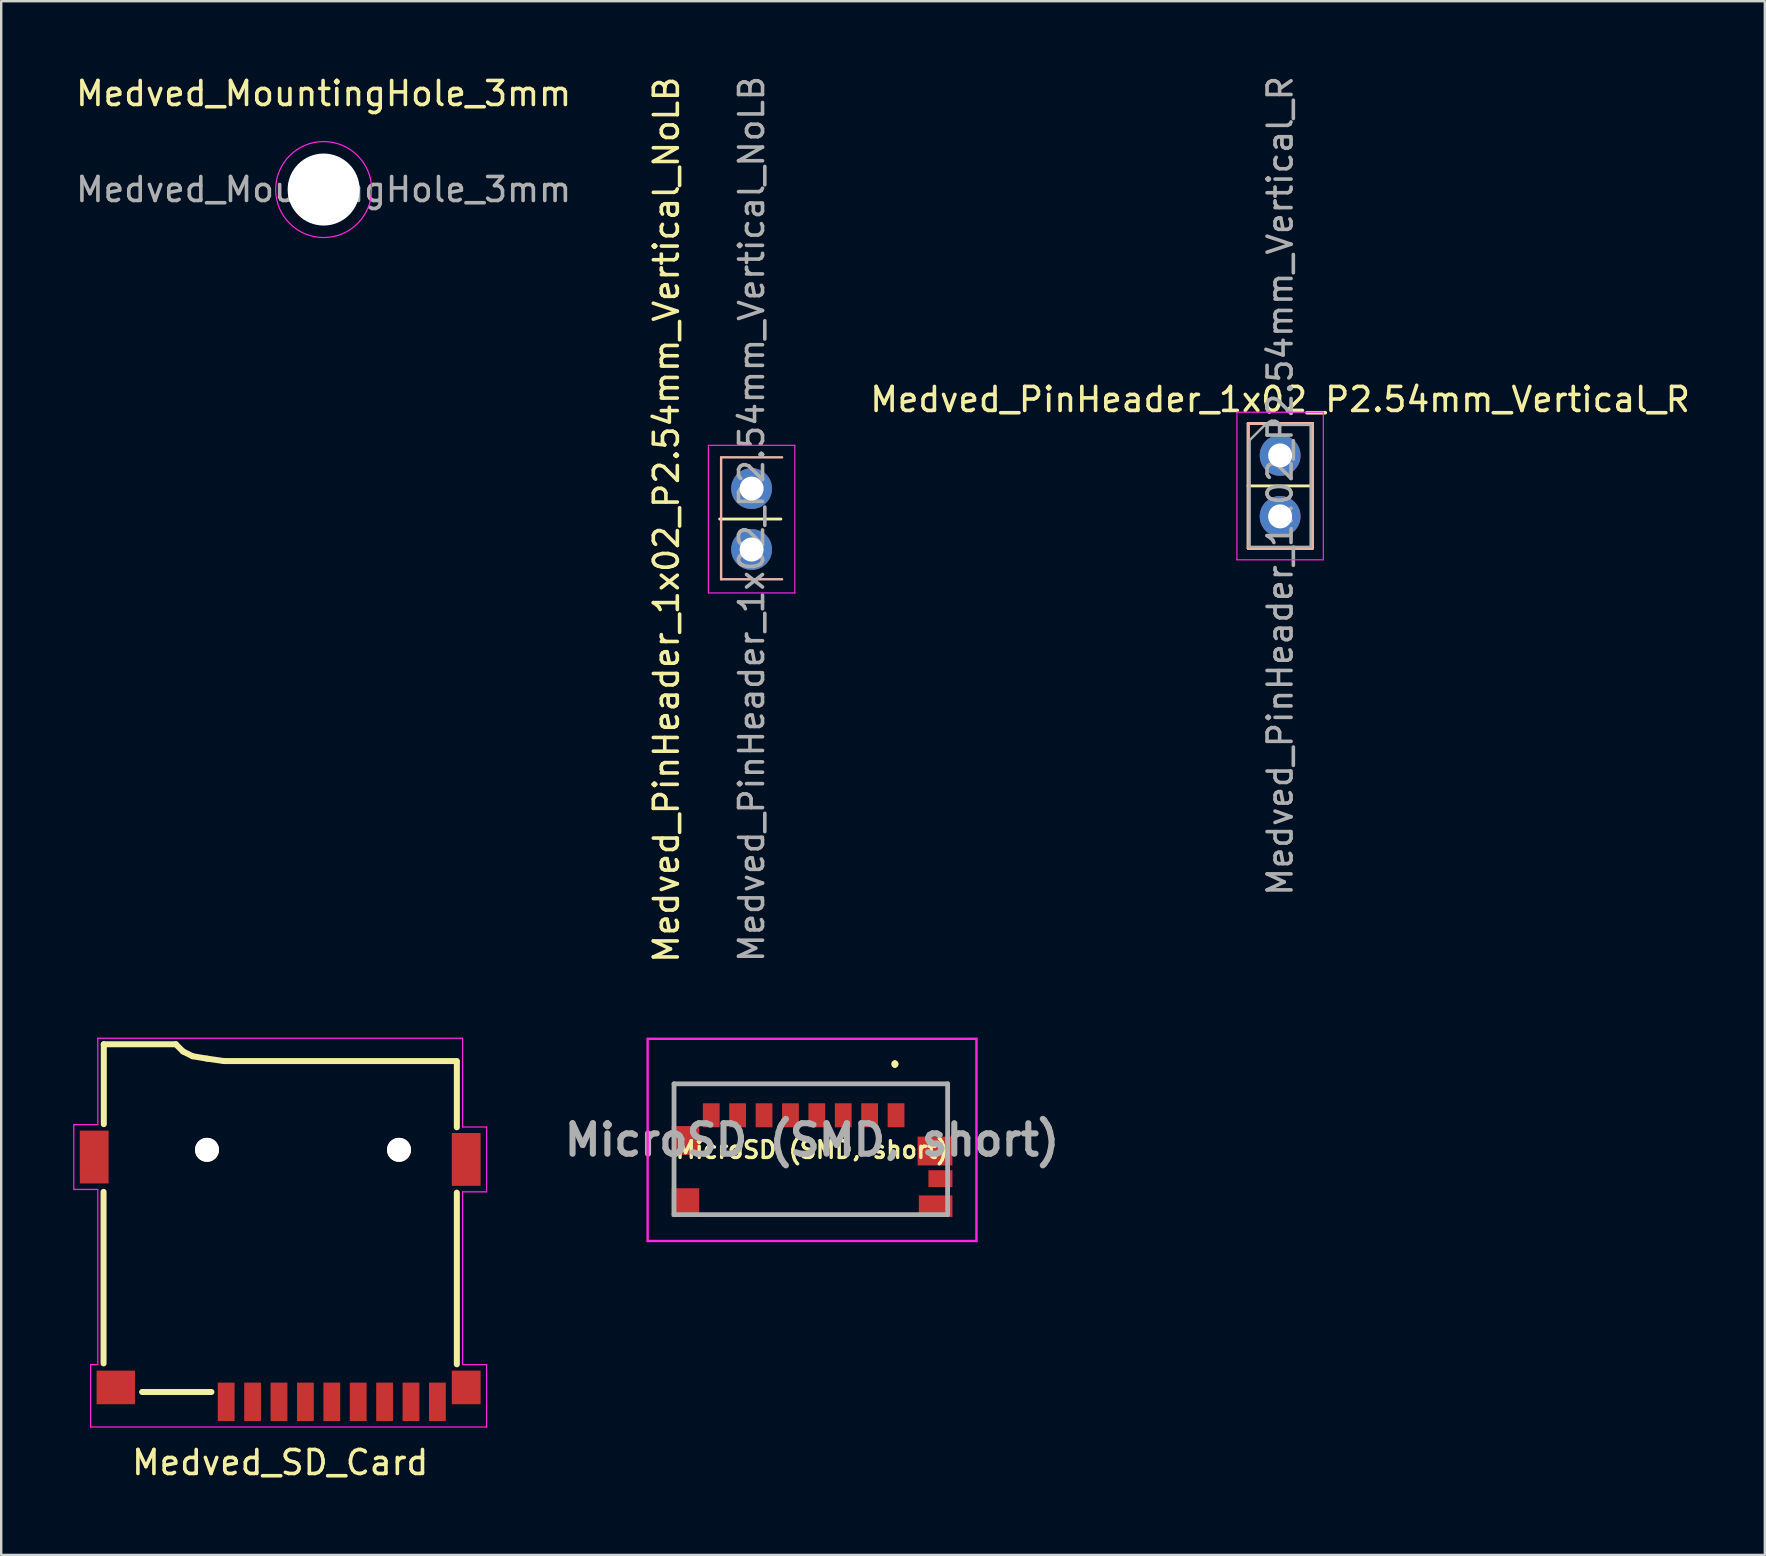
<source format=kicad_pcb>
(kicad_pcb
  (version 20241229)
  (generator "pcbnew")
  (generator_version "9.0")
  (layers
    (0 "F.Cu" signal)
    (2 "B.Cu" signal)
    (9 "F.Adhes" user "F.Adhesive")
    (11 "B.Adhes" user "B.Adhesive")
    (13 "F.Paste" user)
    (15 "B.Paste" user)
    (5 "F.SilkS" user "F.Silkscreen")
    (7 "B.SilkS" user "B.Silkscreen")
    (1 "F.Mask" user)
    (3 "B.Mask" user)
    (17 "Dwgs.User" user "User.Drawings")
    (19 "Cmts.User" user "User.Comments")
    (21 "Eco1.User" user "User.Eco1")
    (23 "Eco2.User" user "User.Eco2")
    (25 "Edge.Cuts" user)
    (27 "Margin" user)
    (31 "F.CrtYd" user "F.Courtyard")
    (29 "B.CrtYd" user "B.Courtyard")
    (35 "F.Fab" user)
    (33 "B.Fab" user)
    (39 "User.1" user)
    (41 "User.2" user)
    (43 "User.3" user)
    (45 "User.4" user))
  (footprint "MicroSD (SMD, short)"
    (layer "F.Cu")
    (at 30.735 44.86)
    (property "Reference" "MicroSD (SMD, short)" (at 0.05 0 0) (layer "F.SilkS") (effects (font (size 0.7 0.7) (thickness 0.14) (bold yes))))
    (attr smd)
    (fp_line (start -5.7 -2.75) (end 5.7 -2.75) (stroke (width 0.1) (type solid)) (layer "F.SilkS"))
    (fp_line (start -5.7 -1.225) (end -5.7 -2.75) (stroke (width 0.1) (type solid)) (layer "F.SilkS"))
    (fp_line (start -4.4 2.7) (end 4.2 2.7) (stroke (width 0.1) (type solid)) (layer "F.SilkS"))
    (fp_line (start 3.5 -3.625) (end 3.5 -3.625) (stroke (width 0.2) (type solid)) (layer "F.SilkS"))
    (fp_line (start 3.5 -3.525) (end 3.5 -3.525) (stroke (width 0.2) (type solid)) (layer "F.SilkS"))
    (fp_line (start 3.5 -3.525) (end 3.5 -3.525) (stroke (width 0.2) (type solid)) (layer "F.SilkS"))
    (fp_line (start 5.7 -2.75) (end 5.7 -0.825) (stroke (width 0.1) (type solid)) (layer "F.SilkS"))
    (fp_arc (start 3.5 -3.625) (mid 3.55 -3.575) (end 3.5 -3.525) (stroke (width 0.2) (type solid)) (layer "F.SilkS"))
    (fp_arc (start 3.5 -3.625) (mid 3.55 -3.575) (end 3.5 -3.525) (stroke (width 0.2) (type solid)) (layer "F.SilkS"))
    (fp_arc (start 3.5 -3.525) (mid 3.45 -3.575) (end 3.5 -3.625) (stroke (width 0.2) (type solid)) (layer "F.SilkS"))
    (fp_line (start -6.8 -4.625) (end 6.9 -4.625) (stroke (width 0.1) (type solid)) (layer "F.CrtYd"))
    (fp_line (start -6.8 3.8) (end -6.8 -4.625) (stroke (width 0.1) (type solid)) (layer "F.CrtYd"))
    (fp_line (start 6.9 -4.625) (end 6.9 3.8) (stroke (width 0.1) (type solid)) (layer "F.CrtYd"))
    (fp_line (start 6.9 3.8) (end -6.8 3.8) (stroke (width 0.1) (type solid)) (layer "F.CrtYd"))
    (fp_line (start -5.7 -2.75) (end 5.7 -2.75) (stroke (width 0.2) (type solid)) (layer "F.Fab"))
    (fp_line (start -5.7 2.7) (end -5.7 -2.75) (stroke (width 0.2) (type solid)) (layer "F.Fab"))
    (fp_line (start 5.7 -2.75) (end 5.7 2.7) (stroke (width 0.2) (type solid)) (layer "F.Fab"))
    (fp_line (start 5.7 2.7) (end -5.7 2.7) (stroke (width 0.2) (type solid)) (layer "F.Fab"))
    (fp_text user "${REFERENCE}" (at 0.05 -0.413 0) (layer "F.Fab") (effects (font (size 1.27 1.27) (thickness 0.254))))
    (pad "G1" smd rect (at -5.225 -0.39) (size 1.15 1.2) (layers "F.Cu" "F.Mask" "F.Paste"))
    (pad "G2" smd rect (at -5.225 2.2) (size 1.15 1.2) (layers "F.Cu" "F.Mask" "F.Paste"))
    (pad "G3" smd rect (at 5.175 0.05 90) (size 1.2 1.45) (layers "F.Cu" "F.Mask" "F.Paste"))
    (pad "G4" smd rect (at 5.4 1.2 90) (size 0.7 1) (layers "F.Cu" "F.Mask" "F.Paste"))
    (pad "G5" smd rect (at 5.2 2.35 90) (size 0.9 1.4) (layers "F.Cu" "F.Mask" "F.Paste"))
    (pad "P1" smd rect (at 3.55 -1.44) (size 0.7 1) (layers "F.Cu" "F.Mask" "F.Paste"))
    (pad "P2" smd rect (at 2.45 -1.44) (size 0.7 1) (layers "F.Cu" "F.Mask" "F.Paste"))
    (pad "P3" smd rect (at 1.35 -1.44) (size 0.7 1) (layers "F.Cu" "F.Mask" "F.Paste"))
    (pad "P4" smd rect (at 0.25 -1.44) (size 0.7 1) (layers "F.Cu" "F.Mask" "F.Paste"))
    (pad "P5" smd rect (at -0.85 -1.44) (size 0.7 1) (layers "F.Cu" "F.Mask" "F.Paste"))
    (pad "P6" smd rect (at -1.95 -1.44) (size 0.7 1) (layers "F.Cu" "F.Mask" "F.Paste"))
    (pad "P7" smd rect (at -3.05 -1.44) (size 0.7 1) (layers "F.Cu" "F.Mask" "F.Paste"))
    (pad "P8" smd rect (at -4.15 -1.44) (size 0.7 1) (layers "F.Cu" "F.Mask" "F.Paste")))
  (footprint "Medved_MountingHole_3mm"
    (layer "F.Cu")
    (at 10.435 4.848)
    (property "Reference" "Medved_MountingHole_3mm" (at 0 -4 0) (layer "F.SilkS") (effects (font (size 1 1) (thickness 0.15))))
    (attr exclude_from_pos_files exclude_from_bom)
    (fp_circle (center 0 0) (end 2 0) (stroke (width 0.05) (type solid)) (fill no) (layer "F.CrtYd"))
    (fp_text user "${REFERENCE}" (at 0 0 0) (layer "F.Fab") (effects (font (size 1 1) (thickness 0.15))))
    (pad "" np_thru_hole circle (at 0 0) (size 3 3) (drill 3) (layers "*.Cu" "*.Mask")))
  (footprint "Medved_PinHeader_1x02_P2.54mm_Vertical_R"
    (layer "F.Cu")
    (at 50.289 15.926)
    (property "Reference" "Medved_PinHeader_1x02_P2.54mm_Vertical_R" (at 0 -2.33 0) (layer "F.SilkS") (effects (font (size 1 1) (thickness 0.15))))
    (attr through_hole)
    (fp_line (start -1.33 -1.33) (end 1.35 -1.33) (stroke (width 0.12) (type solid)) (layer "F.SilkS"))
    (fp_line (start -1.33 1.27) (end -1.33 -1.33) (stroke (width 0.12) (type solid)) (layer "F.SilkS"))
    (fp_line (start -1.33 1.27) (end -1.33 3.87) (stroke (width 0.12) (type solid)) (layer "F.SilkS"))
    (fp_line (start -1.33 1.27) (end 1.33 1.27) (stroke (width 0.12) (type solid)) (layer "F.SilkS"))
    (fp_line (start -1.33 3.87) (end 1.33 3.87) (stroke (width 0.12) (type solid)) (layer "F.SilkS"))
    (fp_line (start 1.35 -1.33) (end 1.35 3.871) (stroke (width 0.12) (type solid)) (layer "F.SilkS"))
    (fp_line (start -1.33 -1.33) (end 1.35 -1.33) (stroke (width 0.12) (type solid)) (layer "B.SilkS"))
    (fp_line (start -1.33 1.27) (end -1.33 -1.33) (stroke (width 0.12) (type solid)) (layer "B.SilkS"))
    (fp_line (start -1.33 1.27) (end -1.33 3.87) (stroke (width 0.12) (type solid)) (layer "B.SilkS"))
    (fp_line (start -1.33 3.87) (end 1.33 3.87) (stroke (width 0.12) (type solid)) (layer "B.SilkS"))
    (fp_line (start 1.35 -1.33) (end 1.35 3.871) (stroke (width 0.12) (type solid)) (layer "B.SilkS"))
    (fp_line (start -1.8 -1.8) (end -1.8 4.35) (stroke (width 0.05) (type solid)) (layer "F.CrtYd"))
    (fp_line (start -1.8 4.35) (end 1.8 4.35) (stroke (width 0.05) (type solid)) (layer "F.CrtYd"))
    (fp_line (start 1.8 -1.8) (end -1.8 -1.8) (stroke (width 0.05) (type solid)) (layer "F.CrtYd"))
    (fp_line (start 1.8 4.35) (end 1.8 -1.8) (stroke (width 0.05) (type solid)) (layer "F.CrtYd"))
    (fp_line (start -1.27 -0.635) (end -0.635 -1.27) (stroke (width 0.1) (type solid)) (layer "F.Fab"))
    (fp_line (start -1.27 3.81) (end -1.27 -0.635) (stroke (width 0.1) (type solid)) (layer "F.Fab"))
    (fp_line (start -0.635 -1.27) (end 1.27 -1.27) (stroke (width 0.1) (type solid)) (layer "F.Fab"))
    (fp_line (start 1.27 -1.27) (end 1.27 3.81) (stroke (width 0.1) (type solid)) (layer "F.Fab"))
    (fp_line (start 1.27 3.81) (end -1.27 3.81) (stroke (width 0.1) (type solid)) (layer "F.Fab"))
    (fp_text user "${REFERENCE}" (at 0 1.27 90) (layer "F.Fab") (effects (font (size 1 1) (thickness 0.15))))
    (pad "1" thru_hole oval (at 0 0) (size 1.7 1.7) (drill 1) (layers "*.Cu" "*.Mask"))
    (pad "2" thru_hole oval (at 0 2.54) (size 1.7 1.7) (drill 1) (layers "*.Cu" "*.Mask")))
  (footprint "Medved_SD_Card"
    (layer "F.Cu")
    (at 8.625 56.16)
    (property "Reference" "Medved_SD_Card" (at 0 1.73 0) (layer "F.SilkS") (effects (font (size 1 1) (thickness 0.15))))
    (attr through_hole)
    (fp_line (start -7.36 -9.55) (end -7.36 -2.4) (stroke (width 0.25) (type solid)) (layer "F.SilkS"))
    (fp_line (start -7.35 -15.7) (end -7.35 -12.37) (stroke (width 0.25) (type solid)) (layer "F.SilkS"))
    (fp_line (start -4.35 -15.7) (end -7.35 -15.7) (stroke (width 0.25) (type solid)) (layer "F.SilkS"))
    (fp_line (start -4.05 -15.4) (end -4.35 -15.7) (stroke (width 0.25) (type solid)) (layer "F.SilkS"))
    (fp_line (start -3.65 -15.2) (end -4.05 -15.4) (stroke (width 0.25) (type solid)) (layer "F.SilkS"))
    (fp_line (start -3.05 -15.1) (end -3.65 -15.2) (stroke (width 0.25) (type solid)) (layer "F.SilkS"))
    (fp_line (start -2.865 -1.21) (end -5.755 -1.21) (stroke (width 0.25) (type solid)) (layer "F.SilkS"))
    (fp_line (start -2.35 -15) (end -3.05 -15.1) (stroke (width 0.25) (type solid)) (layer "F.SilkS"))
    (fp_line (start 7.35 -15) (end -2.35 -15) (stroke (width 0.25) (type solid)) (layer "F.SilkS"))
    (fp_line (start 7.36 -14.995) (end 7.36 -12.24) (stroke (width 0.25) (type solid)) (layer "F.SilkS"))
    (fp_line (start 7.36 -9.515) (end 7.36 -2.365) (stroke (width 0.25) (type solid)) (layer "F.SilkS"))
    (fp_line (start -8.6 -12.35) (end -8.6 -9.65) (stroke (width 0.05) (type solid)) (layer "F.CrtYd"))
    (fp_line (start -8.6 -12.35) (end -7.6 -12.35) (stroke (width 0.05) (type solid)) (layer "F.CrtYd"))
    (fp_line (start -8.6 -9.65) (end -7.6 -9.65) (stroke (width 0.05) (type solid)) (layer "F.CrtYd"))
    (fp_line (start -7.9 -2.35) (end -7.9 0.25) (stroke (width 0.05) (type solid)) (layer "F.CrtYd"))
    (fp_line (start -7.9 0.25) (end 8.6 0.25) (stroke (width 0.05) (type solid)) (layer "F.CrtYd"))
    (fp_line (start -7.6 -15.95) (end 7.6 -15.95) (stroke (width 0.05) (type solid)) (layer "F.CrtYd"))
    (fp_line (start -7.6 -12.35) (end -7.6 -15.95) (stroke (width 0.05) (type solid)) (layer "F.CrtYd"))
    (fp_line (start -7.6 -9.65) (end -7.6 -2.35) (stroke (width 0.05) (type solid)) (layer "F.CrtYd"))
    (fp_line (start -7.6 -2.35) (end -7.9 -2.35) (stroke (width 0.05) (type solid)) (layer "F.CrtYd"))
    (fp_line (start 7.6 -15.95) (end 7.6 -12.25) (stroke (width 0.05) (type solid)) (layer "F.CrtYd"))
    (fp_line (start 7.6 -12.25) (end 8.6 -12.25) (stroke (width 0.05) (type solid)) (layer "F.CrtYd"))
    (fp_line (start 7.6 -9.55) (end 7.6 -2.35) (stroke (width 0.05) (type solid)) (layer "F.CrtYd"))
    (fp_line (start 7.6 -9.55) (end 8.6 -9.55) (stroke (width 0.05) (type solid)) (layer "F.CrtYd"))
    (fp_line (start 7.6 -2.35) (end 8.6 -2.35) (stroke (width 0.05) (type solid)) (layer "F.CrtYd"))
    (fp_line (start 8.6 -12.25) (end 8.6 -9.55) (stroke (width 0.05) (type solid)) (layer "F.CrtYd"))
    (fp_line (start 8.6 -2.35) (end 8.6 0.25) (stroke (width 0.05) (type solid)) (layer "F.CrtYd"))
    (pad "" smd rect (at -6.85 -1.4) (size 1.6 1.4) (layers "F.Cu" "F.Mask" "F.Paste"))
    (pad "" np_thru_hole circle (at -3.05 -11.3 180) (size 1 1) (drill 1) (layers "*.Cu" "*.Mask" "F.SilkS"))
    (pad "" np_thru_hole circle (at 4.95 -11.3 180) (size 1 1) (drill 1) (layers "*.Cu" "*.Mask" "F.SilkS"))
    (pad "" smd rect (at 7.75 -10.9 180) (size 1.2 2.2) (layers "F.Cu" "F.Mask" "F.Paste"))
    (pad "1" smd rect (at -2.25 -0.8) (size 0.7 1.6) (layers "F.Cu" "F.Mask" "F.Paste"))
    (pad "2" smd rect (at -1.15 -0.8) (size 0.7 1.6) (layers "F.Cu" "F.Mask" "F.Paste"))
    (pad "3" smd rect (at -0.05 -0.8) (size 0.7 1.6) (layers "F.Cu" "F.Mask" "F.Paste"))
    (pad "4" smd rect (at 1.05 -0.8) (size 0.7 1.6) (layers "F.Cu" "F.Mask" "F.Paste"))
    (pad "5" smd rect (at 2.15 -0.8) (size 0.7 1.6) (layers "F.Cu" "F.Mask" "F.Paste"))
    (pad "6" smd rect (at 3.25 -0.8) (size 0.7 1.6) (layers "F.Cu" "F.Mask" "F.Paste"))
    (pad "7" smd rect (at 4.35 -0.8) (size 0.7 1.6) (layers "F.Cu" "F.Mask" "F.Paste"))
    (pad "8" smd rect (at 5.45 -0.8) (size 0.7 1.6) (layers "F.Cu" "F.Mask" "F.Paste"))
    (pad "9" smd rect (at 6.55 -0.8) (size 0.7 1.6) (layers "F.Cu" "F.Mask" "F.Paste"))
    (pad "10" smd rect (at 7.75 -1.4) (size 1.2 1.4) (layers "F.Cu" "F.Mask" "F.Paste"))
    (pad "~" smd rect (at -7.75 -11 180) (size 1.2 2.2) (layers "F.Cu" "F.Mask" "F.Paste")))
  (footprint "Medved_PinHeader_1x02_P2.54mm_Vertical_NoLB"
    (layer "F.Cu")
    (at 28.267 17.307)
    (property "Reference" "Medved_PinHeader_1x02_P2.54mm_Vertical_NoLB" (at -3.55 1.3 90) (layer "F.SilkS") (effects (font (size 1 1) (thickness 0.15))))
    (attr through_hole)
    (fp_line (start -1.33 1.27) (end 1.22 1.27) (stroke (width 0.12) (type solid)) (layer "F.SilkS"))
    (fp_line (start -1.27 -1.3) (end 1.27 -1.3) (stroke (width 0.1) (type solid)) (layer "B.SilkS"))
    (fp_line (start -1.27 3.78) (end -1.27 -1.3) (stroke (width 0.1) (type solid)) (layer "B.SilkS"))
    (fp_line (start 1.27 3.78) (end -1.27 3.78) (stroke (width 0.1) (type solid)) (layer "B.SilkS"))
    (fp_line (start -1.8 -1.8) (end -1.8 4.35) (stroke (width 0.05) (type solid)) (layer "F.CrtYd"))
    (fp_line (start -1.8 4.35) (end 1.8 4.35) (stroke (width 0.05) (type solid)) (layer "F.CrtYd"))
    (fp_line (start 1.8 -1.8) (end -1.8 -1.8) (stroke (width 0.05) (type solid)) (layer "F.CrtYd"))
    (fp_line (start 1.8 4.35) (end 1.8 -1.8) (stroke (width 0.05) (type solid)) (layer "F.CrtYd"))
    (fp_text user "${REFERENCE}" (at 0 1.27 90) (layer "F.Fab") (effects (font (size 1 1) (thickness 0.15))))
    (pad "1" thru_hole oval (at 0 0) (size 1.7 1.7) (drill 1) (layers "*.Cu" "*.Mask"))
    (pad "2" thru_hole oval (at 0 2.54) (size 1.7 1.7) (drill 1) (layers "*.Cu" "*.Mask")))
  (gr_rect
    (start -3 -3)
    (end 70.485 61.738)
    (stroke (width 0.1) (type default))
    (fill no)
    (layer "Edge.Cuts")))
</source>
